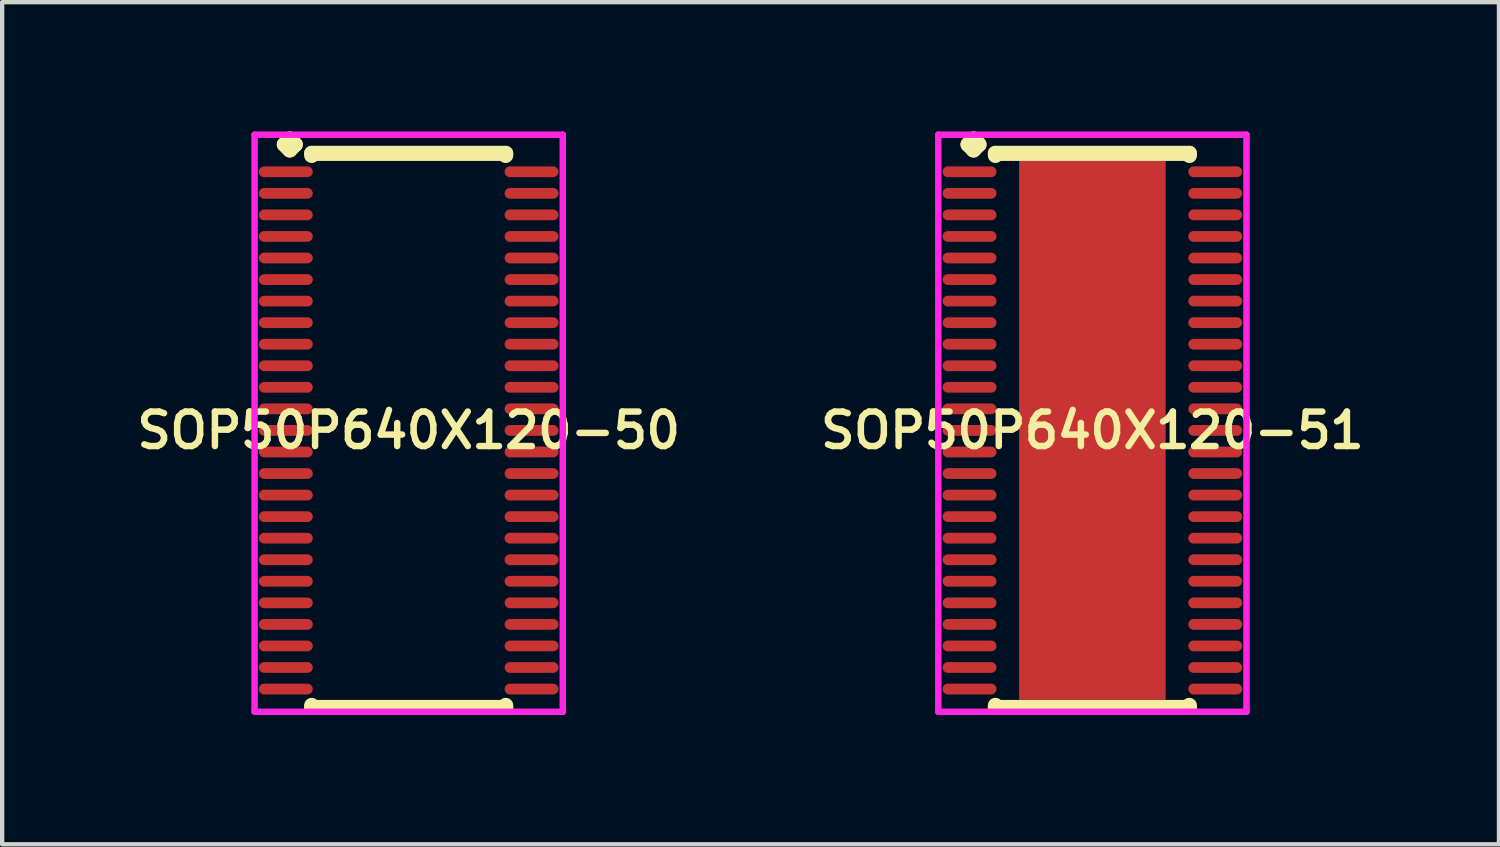
<source format=kicad_pcb>
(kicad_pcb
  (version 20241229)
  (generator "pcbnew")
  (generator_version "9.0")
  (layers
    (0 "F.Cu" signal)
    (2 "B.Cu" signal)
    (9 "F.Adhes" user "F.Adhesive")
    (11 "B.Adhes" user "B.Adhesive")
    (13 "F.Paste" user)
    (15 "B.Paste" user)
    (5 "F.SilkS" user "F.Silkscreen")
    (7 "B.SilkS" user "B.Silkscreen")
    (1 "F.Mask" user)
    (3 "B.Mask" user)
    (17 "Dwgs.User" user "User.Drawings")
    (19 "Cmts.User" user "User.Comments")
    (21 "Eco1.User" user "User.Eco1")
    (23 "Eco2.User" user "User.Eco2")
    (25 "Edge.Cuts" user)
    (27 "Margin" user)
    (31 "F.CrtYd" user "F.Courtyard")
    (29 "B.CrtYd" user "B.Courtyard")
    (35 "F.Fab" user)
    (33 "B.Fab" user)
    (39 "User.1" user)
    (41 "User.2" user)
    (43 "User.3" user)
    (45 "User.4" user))
  (footprint "SOP50P640X120-50"
    (layer "F.Cu")
    (at 6.431 6.935)
    (property "Reference" "SOP50P640X120-50" (at 0 0 0) (layer "F.SilkS") (effects (font (size 0.8 0.8) (thickness 0.15))))
    (attr smd)
    (fp_line (start -2.885 -6.633) (end -2.758 -6.76) (stroke (width 0.35) (type solid)) (layer "F.SilkS"))
    (fp_line (start -2.758 -6.76) (end -2.631 -6.633) (stroke (width 0.35) (type solid)) (layer "F.SilkS"))
    (fp_line (start -2.758 -6.506) (end -2.885 -6.633) (stroke (width 0.35) (type solid)) (layer "F.SilkS"))
    (fp_line (start -2.631 -6.633) (end -2.758 -6.506) (stroke (width 0.35) (type solid)) (layer "F.SilkS"))
    (fp_line (start -2.25 -6.427) (end 2.25 -6.427) (stroke (width 0.35) (type solid)) (layer "F.SilkS"))
    (fp_line (start -2.25 -6.379) (end -2.25 -6.427) (stroke (width 0.35) (type solid)) (layer "F.SilkS"))
    (fp_line (start -2.25 6.379) (end -2.25 6.427) (stroke (width 0.35) (type solid)) (layer "F.SilkS"))
    (fp_line (start -2.25 6.427) (end 2.25 6.427) (stroke (width 0.35) (type solid)) (layer "F.SilkS"))
    (fp_line (start 2.25 -6.427) (end 2.25 -6.379) (stroke (width 0.35) (type solid)) (layer "F.SilkS"))
    (fp_line (start 2.25 6.427) (end 2.25 6.379) (stroke (width 0.35) (type solid)) (layer "F.SilkS"))
    (fp_line (start -3.575 -6.86) (end 3.575 -6.86) (stroke (width 0.15) (type solid)) (layer "F.CrtYd"))
    (fp_line (start -3.575 6.527) (end -3.575 -6.86) (stroke (width 0.15) (type solid)) (layer "F.CrtYd"))
    (fp_line (start 3.575 -6.86) (end 3.575 6.527) (stroke (width 0.15) (type solid)) (layer "F.CrtYd"))
    (fp_line (start 3.575 6.527) (end -3.575 6.527) (stroke (width 0.15) (type solid)) (layer "F.CrtYd"))
    (pad "1" smd oval (at -2.85 -6) (size 1.25 0.25) (layers "F.Cu" "F.Mask" "F.Paste"))
    (pad "2" smd oval (at -2.85 -5.5) (size 1.25 0.25) (layers "F.Cu" "F.Mask" "F.Paste"))
    (pad "3" smd oval (at -2.85 -5) (size 1.25 0.25) (layers "F.Cu" "F.Mask" "F.Paste"))
    (pad "4" smd oval (at -2.85 -4.5) (size 1.25 0.25) (layers "F.Cu" "F.Mask" "F.Paste"))
    (pad "5" smd oval (at -2.85 -4) (size 1.25 0.25) (layers "F.Cu" "F.Mask" "F.Paste"))
    (pad "6" smd oval (at -2.85 -3.5) (size 1.25 0.25) (layers "F.Cu" "F.Mask" "F.Paste"))
    (pad "7" smd oval (at -2.85 -3) (size 1.25 0.25) (layers "F.Cu" "F.Mask" "F.Paste"))
    (pad "8" smd oval (at -2.85 -2.5) (size 1.25 0.25) (layers "F.Cu" "F.Mask" "F.Paste"))
    (pad "9" smd oval (at -2.85 -2) (size 1.25 0.25) (layers "F.Cu" "F.Mask" "F.Paste"))
    (pad "10" smd oval (at -2.85 -1.5) (size 1.25 0.25) (layers "F.Cu" "F.Mask" "F.Paste"))
    (pad "11" smd oval (at -2.85 -1) (size 1.25 0.25) (layers "F.Cu" "F.Mask" "F.Paste"))
    (pad "12" smd oval (at -2.85 -0.5) (size 1.25 0.25) (layers "F.Cu" "F.Mask" "F.Paste"))
    (pad "13" smd oval (at -2.85 0) (size 1.25 0.25) (layers "F.Cu" "F.Mask" "F.Paste"))
    (pad "14" smd oval (at -2.85 0.5) (size 1.25 0.25) (layers "F.Cu" "F.Mask" "F.Paste"))
    (pad "15" smd oval (at -2.85 1) (size 1.25 0.25) (layers "F.Cu" "F.Mask" "F.Paste"))
    (pad "16" smd oval (at -2.85 1.5) (size 1.25 0.25) (layers "F.Cu" "F.Mask" "F.Paste"))
    (pad "17" smd oval (at -2.85 2) (size 1.25 0.25) (layers "F.Cu" "F.Mask" "F.Paste"))
    (pad "18" smd oval (at -2.85 2.5) (size 1.25 0.25) (layers "F.Cu" "F.Mask" "F.Paste"))
    (pad "19" smd oval (at -2.85 3) (size 1.25 0.25) (layers "F.Cu" "F.Mask" "F.Paste"))
    (pad "20" smd oval (at -2.85 3.5) (size 1.25 0.25) (layers "F.Cu" "F.Mask" "F.Paste"))
    (pad "21" smd oval (at -2.85 4) (size 1.25 0.25) (layers "F.Cu" "F.Mask" "F.Paste"))
    (pad "22" smd oval (at -2.85 4.5) (size 1.25 0.25) (layers "F.Cu" "F.Mask" "F.Paste"))
    (pad "23" smd oval (at -2.85 5) (size 1.25 0.25) (layers "F.Cu" "F.Mask" "F.Paste"))
    (pad "24" smd oval (at -2.85 5.5) (size 1.25 0.25) (layers "F.Cu" "F.Mask" "F.Paste"))
    (pad "25" smd oval (at -2.85 6) (size 1.25 0.25) (layers "F.Cu" "F.Mask" "F.Paste"))
    (pad "26" smd oval (at 2.85 6) (size 1.25 0.25) (layers "F.Cu" "F.Mask" "F.Paste"))
    (pad "27" smd oval (at 2.85 5.5) (size 1.25 0.25) (layers "F.Cu" "F.Mask" "F.Paste"))
    (pad "28" smd oval (at 2.85 5) (size 1.25 0.25) (layers "F.Cu" "F.Mask" "F.Paste"))
    (pad "29" smd oval (at 2.85 4.5) (size 1.25 0.25) (layers "F.Cu" "F.Mask" "F.Paste"))
    (pad "30" smd oval (at 2.85 4) (size 1.25 0.25) (layers "F.Cu" "F.Mask" "F.Paste"))
    (pad "31" smd oval (at 2.85 3.5) (size 1.25 0.25) (layers "F.Cu" "F.Mask" "F.Paste"))
    (pad "32" smd oval (at 2.85 3) (size 1.25 0.25) (layers "F.Cu" "F.Mask" "F.Paste"))
    (pad "33" smd oval (at 2.85 2.5) (size 1.25 0.25) (layers "F.Cu" "F.Mask" "F.Paste"))
    (pad "34" smd oval (at 2.85 2) (size 1.25 0.25) (layers "F.Cu" "F.Mask" "F.Paste"))
    (pad "35" smd oval (at 2.85 1.5) (size 1.25 0.25) (layers "F.Cu" "F.Mask" "F.Paste"))
    (pad "36" smd oval (at 2.85 1) (size 1.25 0.25) (layers "F.Cu" "F.Mask" "F.Paste"))
    (pad "37" smd oval (at 2.85 0.5) (size 1.25 0.25) (layers "F.Cu" "F.Mask" "F.Paste"))
    (pad "38" smd oval (at 2.85 0) (size 1.25 0.25) (layers "F.Cu" "F.Mask" "F.Paste"))
    (pad "39" smd oval (at 2.85 -0.5) (size 1.25 0.25) (layers "F.Cu" "F.Mask" "F.Paste"))
    (pad "40" smd oval (at 2.85 -1) (size 1.25 0.25) (layers "F.Cu" "F.Mask" "F.Paste"))
    (pad "41" smd oval (at 2.85 -1.5) (size 1.25 0.25) (layers "F.Cu" "F.Mask" "F.Paste"))
    (pad "42" smd oval (at 2.85 -2) (size 1.25 0.25) (layers "F.Cu" "F.Mask" "F.Paste"))
    (pad "43" smd oval (at 2.85 -2.5) (size 1.25 0.25) (layers "F.Cu" "F.Mask" "F.Paste"))
    (pad "44" smd oval (at 2.85 -3) (size 1.25 0.25) (layers "F.Cu" "F.Mask" "F.Paste"))
    (pad "45" smd oval (at 2.85 -3.5) (size 1.25 0.25) (layers "F.Cu" "F.Mask" "F.Paste"))
    (pad "46" smd oval (at 2.85 -4) (size 1.25 0.25) (layers "F.Cu" "F.Mask" "F.Paste"))
    (pad "47" smd oval (at 2.85 -4.5) (size 1.25 0.25) (layers "F.Cu" "F.Mask" "F.Paste"))
    (pad "48" smd oval (at 2.85 -5) (size 1.25 0.25) (layers "F.Cu" "F.Mask" "F.Paste"))
    (pad "49" smd oval (at 2.85 -5.5) (size 1.25 0.25) (layers "F.Cu" "F.Mask" "F.Paste"))
    (pad "50" smd oval (at 2.85 -6) (size 1.25 0.25) (layers "F.Cu" "F.Mask" "F.Paste")))
  (footprint "SOP50P640X120-51"
    (layer "F.Cu")
    (at 22.292 6.935)
    (property "Reference" "SOP50P640X120-51" (at 0 0 0) (layer "F.SilkS") (effects (font (size 0.8 0.8) (thickness 0.15))))
    (attr smd)
    (fp_line (start -2.885 -6.633) (end -2.758 -6.76) (stroke (width 0.35) (type solid)) (layer "F.SilkS"))
    (fp_line (start -2.758 -6.76) (end -2.631 -6.633) (stroke (width 0.35) (type solid)) (layer "F.SilkS"))
    (fp_line (start -2.758 -6.506) (end -2.885 -6.633) (stroke (width 0.35) (type solid)) (layer "F.SilkS"))
    (fp_line (start -2.631 -6.633) (end -2.758 -6.506) (stroke (width 0.35) (type solid)) (layer "F.SilkS"))
    (fp_line (start -2.25 -6.427) (end 2.25 -6.427) (stroke (width 0.35) (type solid)) (layer "F.SilkS"))
    (fp_line (start -2.25 -6.379) (end -2.25 -6.427) (stroke (width 0.35) (type solid)) (layer "F.SilkS"))
    (fp_line (start -2.25 6.379) (end -2.25 6.427) (stroke (width 0.35) (type solid)) (layer "F.SilkS"))
    (fp_line (start -2.25 6.427) (end 2.25 6.427) (stroke (width 0.35) (type solid)) (layer "F.SilkS"))
    (fp_line (start 2.25 -6.427) (end 2.25 -6.379) (stroke (width 0.35) (type solid)) (layer "F.SilkS"))
    (fp_line (start 2.25 6.427) (end 2.25 6.379) (stroke (width 0.35) (type solid)) (layer "F.SilkS"))
    (fp_line (start -3.575 -6.86) (end 3.575 -6.86) (stroke (width 0.15) (type solid)) (layer "F.CrtYd"))
    (fp_line (start -3.575 6.527) (end -3.575 -6.86) (stroke (width 0.15) (type solid)) (layer "F.CrtYd"))
    (fp_line (start 3.575 -6.86) (end 3.575 6.527) (stroke (width 0.15) (type solid)) (layer "F.CrtYd"))
    (fp_line (start 3.575 6.527) (end -3.575 6.527) (stroke (width 0.15) (type solid)) (layer "F.CrtYd"))
    (pad "1" smd oval (at -2.85 -6) (size 1.25 0.25) (layers "F.Cu" "F.Mask" "F.Paste"))
    (pad "2" smd oval (at -2.85 -5.5) (size 1.25 0.25) (layers "F.Cu" "F.Mask" "F.Paste"))
    (pad "3" smd oval (at -2.85 -5) (size 1.25 0.25) (layers "F.Cu" "F.Mask" "F.Paste"))
    (pad "4" smd oval (at -2.85 -4.5) (size 1.25 0.25) (layers "F.Cu" "F.Mask" "F.Paste"))
    (pad "5" smd oval (at -2.85 -4) (size 1.25 0.25) (layers "F.Cu" "F.Mask" "F.Paste"))
    (pad "6" smd oval (at -2.85 -3.5) (size 1.25 0.25) (layers "F.Cu" "F.Mask" "F.Paste"))
    (pad "7" smd oval (at -2.85 -3) (size 1.25 0.25) (layers "F.Cu" "F.Mask" "F.Paste"))
    (pad "8" smd oval (at -2.85 -2.5) (size 1.25 0.25) (layers "F.Cu" "F.Mask" "F.Paste"))
    (pad "9" smd oval (at -2.85 -2) (size 1.25 0.25) (layers "F.Cu" "F.Mask" "F.Paste"))
    (pad "10" smd oval (at -2.85 -1.5) (size 1.25 0.25) (layers "F.Cu" "F.Mask" "F.Paste"))
    (pad "11" smd oval (at -2.85 -1) (size 1.25 0.25) (layers "F.Cu" "F.Mask" "F.Paste"))
    (pad "12" smd oval (at -2.85 -0.5) (size 1.25 0.25) (layers "F.Cu" "F.Mask" "F.Paste"))
    (pad "13" smd oval (at -2.85 0) (size 1.25 0.25) (layers "F.Cu" "F.Mask" "F.Paste"))
    (pad "14" smd oval (at -2.85 0.5) (size 1.25 0.25) (layers "F.Cu" "F.Mask" "F.Paste"))
    (pad "15" smd oval (at -2.85 1) (size 1.25 0.25) (layers "F.Cu" "F.Mask" "F.Paste"))
    (pad "16" smd oval (at -2.85 1.5) (size 1.25 0.25) (layers "F.Cu" "F.Mask" "F.Paste"))
    (pad "17" smd oval (at -2.85 2) (size 1.25 0.25) (layers "F.Cu" "F.Mask" "F.Paste"))
    (pad "18" smd oval (at -2.85 2.5) (size 1.25 0.25) (layers "F.Cu" "F.Mask" "F.Paste"))
    (pad "19" smd oval (at -2.85 3) (size 1.25 0.25) (layers "F.Cu" "F.Mask" "F.Paste"))
    (pad "20" smd oval (at -2.85 3.5) (size 1.25 0.25) (layers "F.Cu" "F.Mask" "F.Paste"))
    (pad "21" smd oval (at -2.85 4) (size 1.25 0.25) (layers "F.Cu" "F.Mask" "F.Paste"))
    (pad "22" smd oval (at -2.85 4.5) (size 1.25 0.25) (layers "F.Cu" "F.Mask" "F.Paste"))
    (pad "23" smd oval (at -2.85 5) (size 1.25 0.25) (layers "F.Cu" "F.Mask" "F.Paste"))
    (pad "24" smd oval (at -2.85 5.5) (size 1.25 0.25) (layers "F.Cu" "F.Mask" "F.Paste"))
    (pad "25" smd oval (at -2.85 6) (size 1.25 0.25) (layers "F.Cu" "F.Mask" "F.Paste"))
    (pad "26" smd oval (at 2.85 6) (size 1.25 0.25) (layers "F.Cu" "F.Mask" "F.Paste"))
    (pad "27" smd oval (at 2.85 5.5) (size 1.25 0.25) (layers "F.Cu" "F.Mask" "F.Paste"))
    (pad "28" smd oval (at 2.85 5) (size 1.25 0.25) (layers "F.Cu" "F.Mask" "F.Paste"))
    (pad "29" smd oval (at 2.85 4.5) (size 1.25 0.25) (layers "F.Cu" "F.Mask" "F.Paste"))
    (pad "30" smd oval (at 2.85 4) (size 1.25 0.25) (layers "F.Cu" "F.Mask" "F.Paste"))
    (pad "31" smd oval (at 2.85 3.5) (size 1.25 0.25) (layers "F.Cu" "F.Mask" "F.Paste"))
    (pad "32" smd oval (at 2.85 3) (size 1.25 0.25) (layers "F.Cu" "F.Mask" "F.Paste"))
    (pad "33" smd oval (at 2.85 2.5) (size 1.25 0.25) (layers "F.Cu" "F.Mask" "F.Paste"))
    (pad "34" smd oval (at 2.85 2) (size 1.25 0.25) (layers "F.Cu" "F.Mask" "F.Paste"))
    (pad "35" smd oval (at 2.85 1.5) (size 1.25 0.25) (layers "F.Cu" "F.Mask" "F.Paste"))
    (pad "36" smd oval (at 2.85 1) (size 1.25 0.25) (layers "F.Cu" "F.Mask" "F.Paste"))
    (pad "37" smd oval (at 2.85 0.5) (size 1.25 0.25) (layers "F.Cu" "F.Mask" "F.Paste"))
    (pad "38" smd oval (at 2.85 0) (size 1.25 0.25) (layers "F.Cu" "F.Mask" "F.Paste"))
    (pad "39" smd oval (at 2.85 -0.5) (size 1.25 0.25) (layers "F.Cu" "F.Mask" "F.Paste"))
    (pad "40" smd oval (at 2.85 -1) (size 1.25 0.25) (layers "F.Cu" "F.Mask" "F.Paste"))
    (pad "41" smd oval (at 2.85 -1.5) (size 1.25 0.25) (layers "F.Cu" "F.Mask" "F.Paste"))
    (pad "42" smd oval (at 2.85 -2) (size 1.25 0.25) (layers "F.Cu" "F.Mask" "F.Paste"))
    (pad "43" smd oval (at 2.85 -2.5) (size 1.25 0.25) (layers "F.Cu" "F.Mask" "F.Paste"))
    (pad "44" smd oval (at 2.85 -3) (size 1.25 0.25) (layers "F.Cu" "F.Mask" "F.Paste"))
    (pad "45" smd oval (at 2.85 -3.5) (size 1.25 0.25) (layers "F.Cu" "F.Mask" "F.Paste"))
    (pad "46" smd oval (at 2.85 -4) (size 1.25 0.25) (layers "F.Cu" "F.Mask" "F.Paste"))
    (pad "47" smd oval (at 2.85 -4.5) (size 1.25 0.25) (layers "F.Cu" "F.Mask" "F.Paste"))
    (pad "48" smd oval (at 2.85 -5) (size 1.25 0.25) (layers "F.Cu" "F.Mask" "F.Paste"))
    (pad "49" smd oval (at 2.85 -5.5) (size 1.25 0.25) (layers "F.Cu" "F.Mask" "F.Paste"))
    (pad "50" smd oval (at 2.85 -6) (size 1.25 0.25) (layers "F.Cu" "F.Mask" "F.Paste"))
    (pad "51" smd rect (at 0 0) (size 3.4 12.5) (layers "F.Cu" "F.Mask" "F.Paste")))
  (gr_rect
    (start -3 -3)
    (end 31.723 16.537)
    (stroke (width 0.1) (type default))
    (fill no)
    (layer "Edge.Cuts")))
</source>
